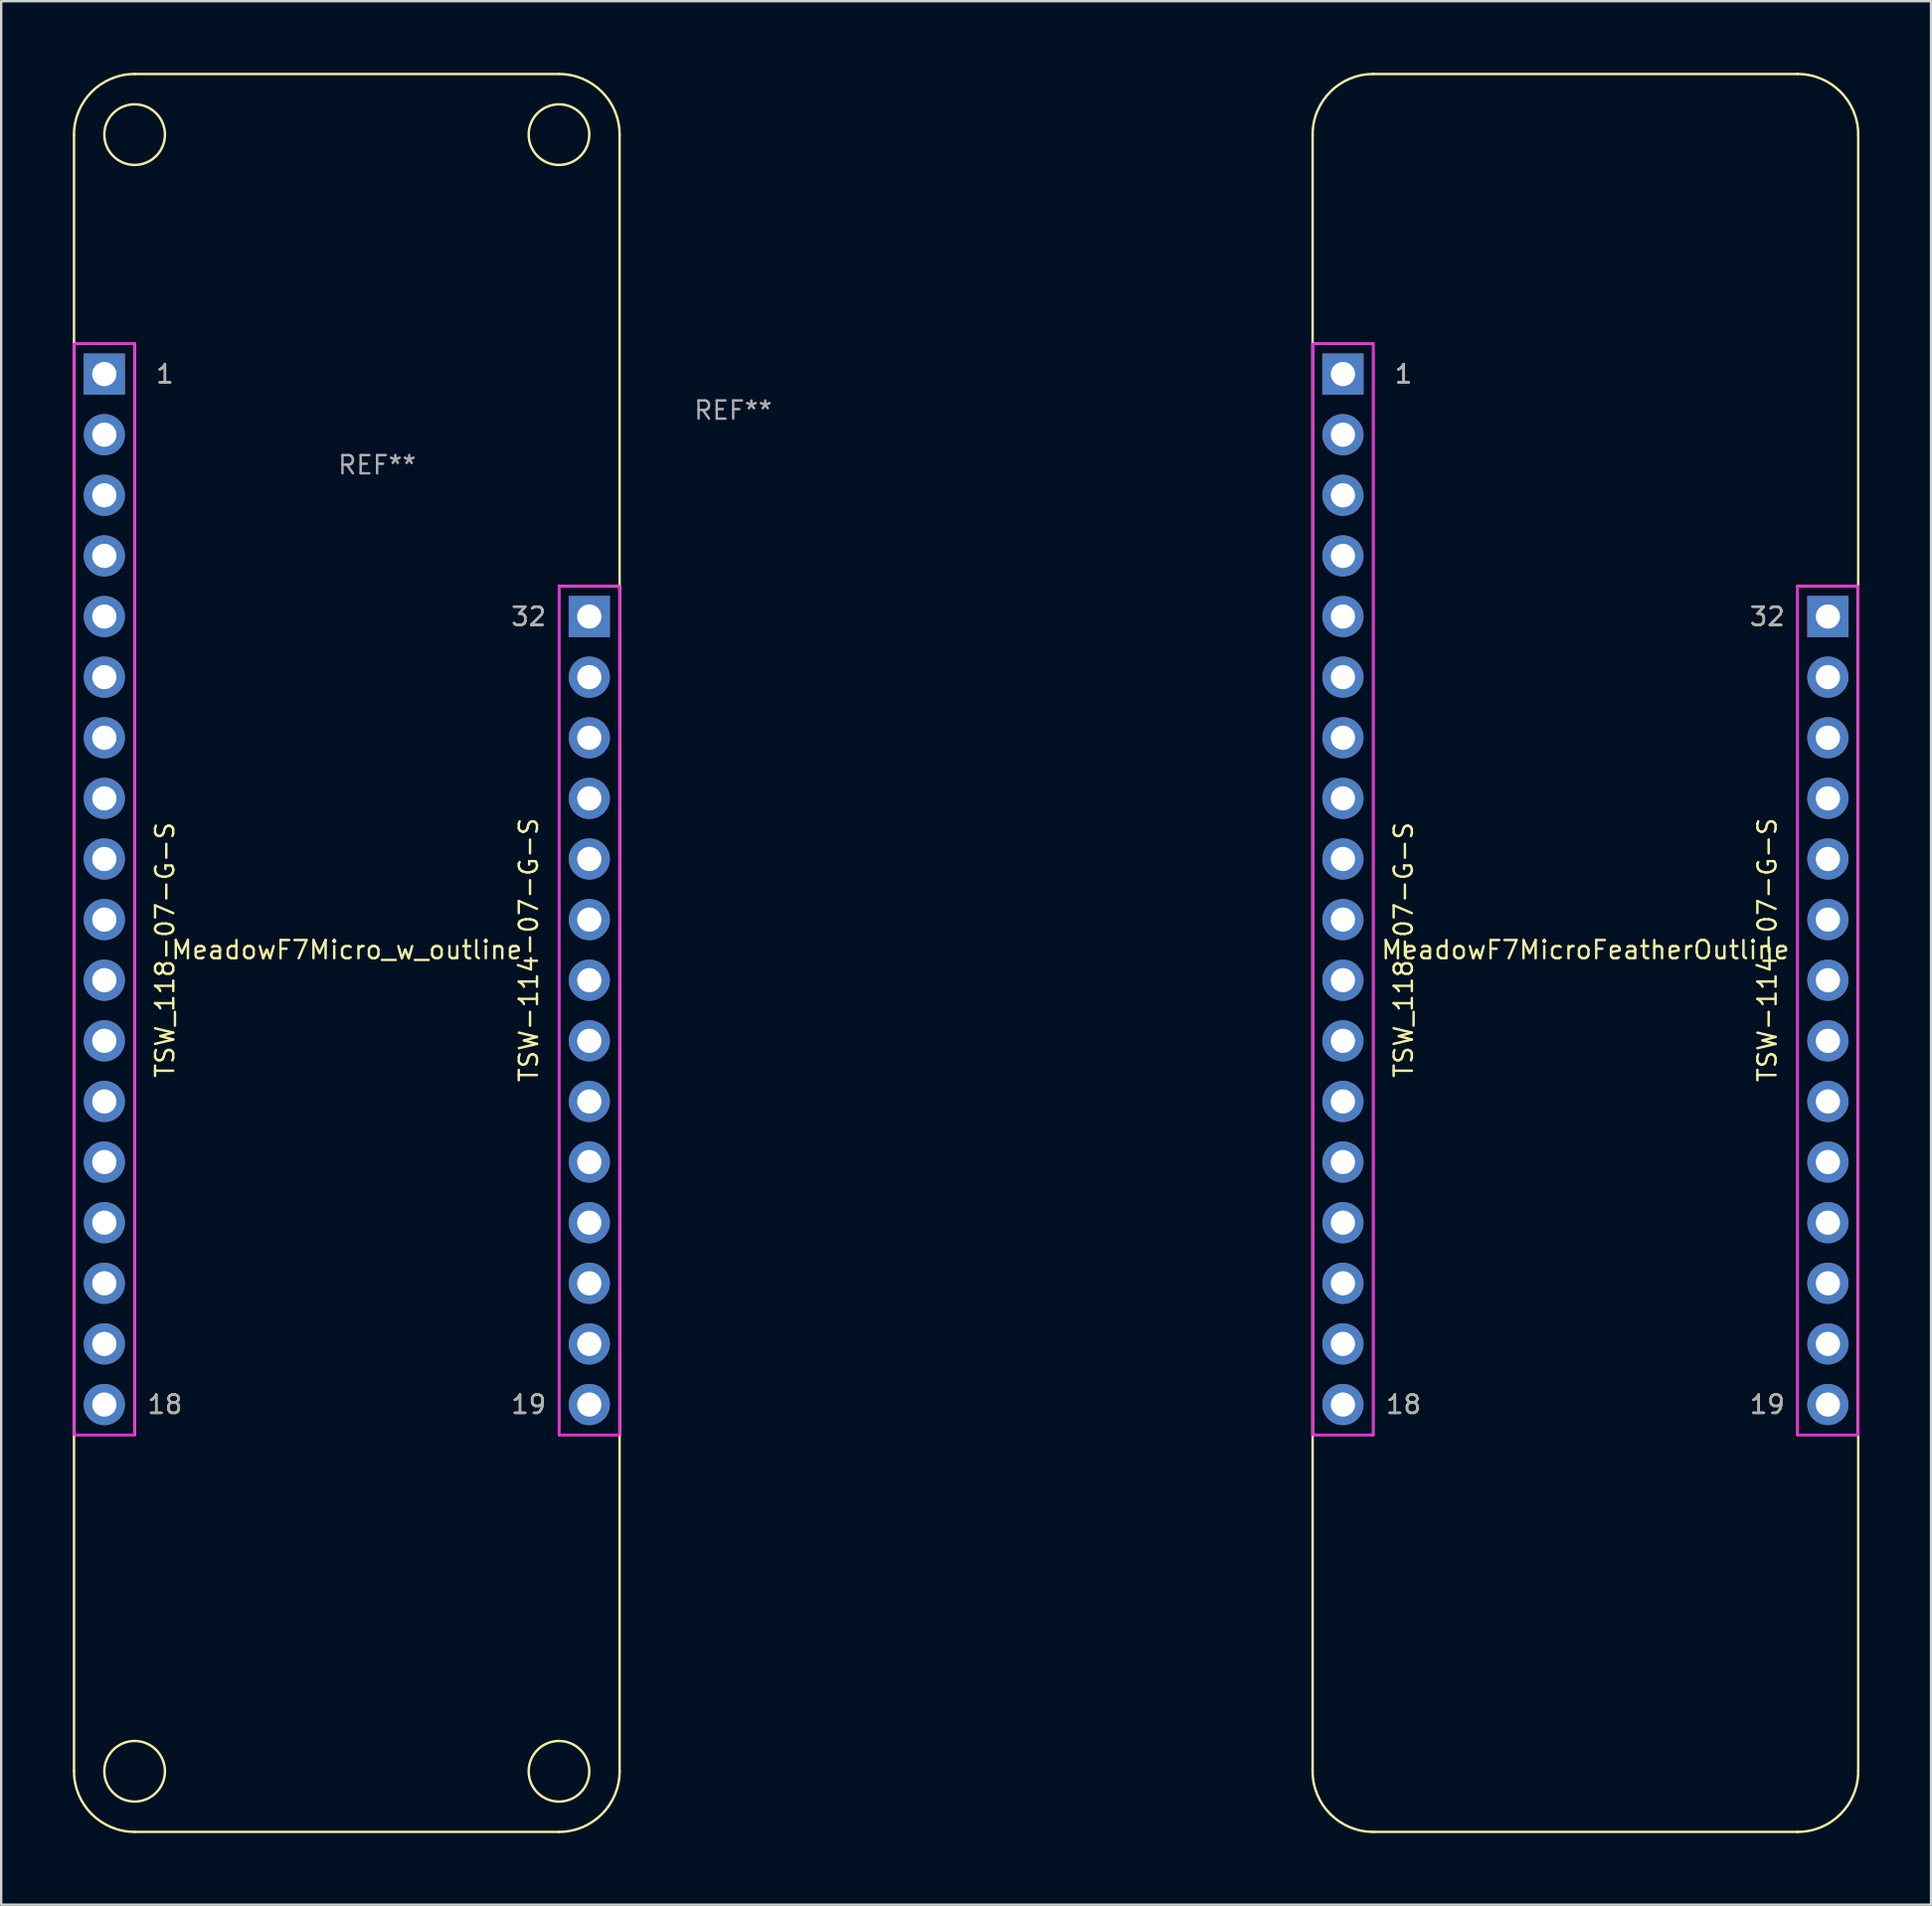
<source format=kicad_pcb>
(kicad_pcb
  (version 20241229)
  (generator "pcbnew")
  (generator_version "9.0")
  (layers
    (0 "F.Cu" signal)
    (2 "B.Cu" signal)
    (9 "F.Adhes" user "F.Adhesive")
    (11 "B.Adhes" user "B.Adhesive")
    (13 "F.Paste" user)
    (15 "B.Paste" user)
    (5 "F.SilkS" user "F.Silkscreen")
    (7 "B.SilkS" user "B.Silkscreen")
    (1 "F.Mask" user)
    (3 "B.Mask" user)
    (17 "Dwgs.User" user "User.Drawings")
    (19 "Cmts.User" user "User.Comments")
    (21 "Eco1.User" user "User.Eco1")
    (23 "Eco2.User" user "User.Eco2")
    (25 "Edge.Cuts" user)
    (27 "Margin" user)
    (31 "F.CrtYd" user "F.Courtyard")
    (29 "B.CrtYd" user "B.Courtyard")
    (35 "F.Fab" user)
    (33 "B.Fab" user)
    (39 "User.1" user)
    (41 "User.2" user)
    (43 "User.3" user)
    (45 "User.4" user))
  (footprint "MeadowF7Micro_w_outline"
    (layer "F.Cu")
    (at 1.321 12.624)
    (property "Reference" "MeadowF7Micro_w_outline" (at 10.16 24.13 0) (layer "F.SilkS") (effects (font (size 0.762 0.762) (thickness 0.102))))
    (attr through_hole)
    (fp_line (start -1.27 -10.033) (end -1.27 58.547) (stroke (width 0.102) (type solid)) (layer "F.SilkS"))
    (fp_line (start -1.27 -1.27) (end -1.27 44.45) (stroke (width 0.102) (type solid)) (layer "F.SilkS"))
    (fp_line (start -1.27 44.45) (end 1.27 44.45) (stroke (width 0.102) (type solid)) (layer "F.SilkS"))
    (fp_line (start 1.27 -1.27) (end -1.27 -1.27) (stroke (width 0.102) (type solid)) (layer "F.SilkS"))
    (fp_line (start 1.27 44.45) (end 1.27 -1.27) (stroke (width 0.102) (type solid)) (layer "F.SilkS"))
    (fp_line (start 1.27 61.087) (end 19.05 61.087) (stroke (width 0.102) (type solid)) (layer "F.SilkS"))
    (fp_line (start 19.05 -12.573) (end 1.27 -12.573) (stroke (width 0.102) (type solid)) (layer "F.SilkS"))
    (fp_line (start 19.05 8.89) (end 19.05 44.45) (stroke (width 0.102) (type solid)) (layer "F.SilkS"))
    (fp_line (start 19.05 44.45) (end 21.59 44.45) (stroke (width 0.102) (type solid)) (layer "F.SilkS"))
    (fp_line (start 21.59 8.89) (end 19.05 8.89) (stroke (width 0.102) (type solid)) (layer "F.SilkS"))
    (fp_line (start 21.59 44.45) (end 21.59 8.89) (stroke (width 0.102) (type solid)) (layer "F.SilkS"))
    (fp_line (start 21.59 58.547) (end 21.59 -10.033) (stroke (width 0.102) (type solid)) (layer "F.SilkS"))
    (fp_arc (start -1.27 -10.033) (mid -0.526051 -11.829051) (end 1.27 -12.573) (stroke (width 0.1016) (type solid)) (layer "F.SilkS"))
    (fp_arc (start 1.27 61.087) (mid -0.526051 60.343051) (end -1.27 58.547) (stroke (width 0.1016) (type solid)) (layer "F.SilkS"))
    (fp_arc (start 19.05 -12.573) (mid 20.846051 -11.829051) (end 21.59 -10.033) (stroke (width 0.1016) (type solid)) (layer "F.SilkS"))
    (fp_arc (start 21.59 58.547) (mid 20.846051 60.343051) (end 19.05 61.087) (stroke (width 0.1016) (type solid)) (layer "F.SilkS"))
    (fp_circle (center 1.27 -10.033) (end 2.54 -10.033) (stroke (width 0.102) (type solid)) (fill no) (layer "F.SilkS"))
    (fp_circle (center 1.27 58.547) (end 2.54 58.547) (stroke (width 0.102) (type solid)) (fill no) (layer "F.SilkS"))
    (fp_circle (center 19.05 -10.033) (end 20.32 -10.033) (stroke (width 0.102) (type solid)) (fill no) (layer "F.SilkS"))
    (fp_circle (center 19.05 58.547) (end 20.32 58.547) (stroke (width 0.102) (type solid)) (fill no) (layer "F.SilkS"))
    (fp_poly (pts (xy 1.27 44.45) (xy -1.27 44.45) (xy -1.27 -1.27) (xy 1.27 -1.27)) (stroke (width 0.1) (type solid)) (fill no) (layer "F.CrtYd"))
    (fp_poly (pts (xy 21.59 44.45) (xy 19.05 44.45) (xy 19.05 8.89) (xy 21.59 8.89)) (stroke (width 0.1) (type solid)) (fill no) (layer "F.CrtYd"))
    (fp_text user "32" (at 17.78 10.16 0) (layer "F.SilkS") (effects (font (size 0.762 0.762) (thickness 0.102))))
    (fp_text user "1" (at 2.54 0 0) (layer "F.SilkS") (effects (font (size 0.762 0.762) (thickness 0.102))))
    (fp_text user "19" (at 17.78 43.18 0) (layer "F.SilkS") (effects (font (size 0.762 0.762) (thickness 0.102))))
    (fp_text user "TSW_118-07-G-S" (at 2.54 24.13 90) (layer "F.SilkS") (effects (font (size 0.762 0.762) (thickness 0.102))))
    (fp_text user "18" (at 2.54 43.18 0) (layer "F.SilkS") (effects (font (size 0.762 0.762) (thickness 0.102))))
    (fp_text user "TSW-114-07-G-S" (at 17.78 24.13 90) (layer "F.SilkS") (effects (font (size 0.762 0.762) (thickness 0.102))))
    (fp_text user "1" (at 2.54 0 0) (layer "F.Fab") (effects (font (size 0.762 0.762) (thickness 0.102))))
    (fp_text user "32" (at 17.78 10.16 0) (layer "F.Fab") (effects (font (size 0.762 0.762) (thickness 0.102))))
    (fp_text user "18" (at 2.54 43.18 0) (layer "F.Fab") (effects (font (size 0.762 0.762) (thickness 0.102))))
    (fp_text user "19" (at 17.78 43.18 0) (layer "F.Fab") (effects (font (size 0.762 0.762) (thickness 0.102))))
    (fp_text user "REF**" (at 11.43 3.81 0) (layer "F.Fab") (effects (font (size 0.762 0.762) (thickness 0.102))))
    (pad "1" thru_hole rect (at 0 0) (size 1.727 1.727) (drill 1.016) (layers "*.Cu" "*.Mask"))
    (pad "2" thru_hole circle (at 0 2.54) (size 1.727 1.727) (drill 1.016) (layers "*.Cu" "*.Mask"))
    (pad "3" thru_hole circle (at 0 5.08) (size 1.727 1.727) (drill 1.016) (layers "*.Cu" "*.Mask"))
    (pad "4" thru_hole circle (at 0 7.62) (size 1.727 1.727) (drill 1.016) (layers "*.Cu" "*.Mask"))
    (pad "5" thru_hole circle (at 0 10.16) (size 1.727 1.727) (drill 1.016) (layers "*.Cu" "*.Mask"))
    (pad "6" thru_hole circle (at 0 12.7) (size 1.727 1.727) (drill 1.016) (layers "*.Cu" "*.Mask"))
    (pad "7" thru_hole circle (at 0 15.24 90) (size 1.727 1.727) (drill 1.016) (layers "*.Cu" "*.Mask"))
    (pad "8" thru_hole circle (at 0 17.78 90) (size 1.727 1.727) (drill 1.016) (layers "*.Cu" "*.Mask"))
    (pad "9" thru_hole circle (at 0 20.32) (size 1.727 1.727) (drill 1.016) (layers "*.Cu" "*.Mask"))
    (pad "10" thru_hole circle (at 0 22.86) (size 1.727 1.727) (drill 1.016) (layers "*.Cu" "*.Mask"))
    (pad "11" thru_hole circle (at 0 25.4) (size 1.727 1.727) (drill 1.016) (layers "*.Cu" "*.Mask"))
    (pad "12" thru_hole circle (at 0 27.94) (size 1.727 1.727) (drill 1.016) (layers "*.Cu" "*.Mask"))
    (pad "13" thru_hole circle (at 0 30.48) (size 1.727 1.727) (drill 1.016) (layers "*.Cu" "*.Mask"))
    (pad "14" thru_hole circle (at 0 33.02) (size 1.727 1.727) (drill 1.016) (layers "*.Cu" "*.Mask"))
    (pad "15" thru_hole circle (at 0 35.56) (size 1.727 1.727) (drill 1.016) (layers "*.Cu" "*.Mask"))
    (pad "16" thru_hole circle (at 0 38.1) (size 1.727 1.727) (drill 1.016) (layers "*.Cu" "*.Mask"))
    (pad "17" thru_hole circle (at 0 40.64) (size 1.727 1.727) (drill 1.016) (layers "*.Cu" "*.Mask"))
    (pad "18" thru_hole circle (at 0 43.18) (size 1.727 1.727) (drill 1.016) (layers "*.Cu" "*.Mask"))
    (pad "19" thru_hole circle (at 20.32 43.18) (size 1.727 1.727) (drill 1.016) (layers "*.Cu" "*.Mask"))
    (pad "20" thru_hole circle (at 20.32 40.64) (size 1.727 1.727) (drill 1.016) (layers "*.Cu" "*.Mask"))
    (pad "21" thru_hole circle (at 20.32 38.1) (size 1.727 1.727) (drill 1.016) (layers "*.Cu" "*.Mask"))
    (pad "22" thru_hole circle (at 20.32 35.56) (size 1.727 1.727) (drill 1.016) (layers "*.Cu" "*.Mask"))
    (pad "23" thru_hole circle (at 20.32 33.02) (size 1.727 1.727) (drill 1.016) (layers "*.Cu" "*.Mask"))
    (pad "24" thru_hole circle (at 20.32 30.48) (size 1.727 1.727) (drill 1.016) (layers "*.Cu" "*.Mask"))
    (pad "25" thru_hole circle (at 20.32 27.94 90) (size 1.727 1.727) (drill 1.016) (layers "*.Cu" "*.Mask"))
    (pad "26" thru_hole circle (at 20.32 25.4 90) (size 1.727 1.727) (drill 1.016) (layers "*.Cu" "*.Mask"))
    (pad "27" thru_hole circle (at 20.32 22.86) (size 1.727 1.727) (drill 1.016) (layers "*.Cu" "*.Mask"))
    (pad "28" thru_hole circle (at 20.32 20.32) (size 1.727 1.727) (drill 1.016) (layers "*.Cu" "*.Mask"))
    (pad "29" thru_hole circle (at 20.32 17.78) (size 1.727 1.727) (drill 1.016) (layers "*.Cu" "*.Mask"))
    (pad "30" thru_hole circle (at 20.32 15.24) (size 1.727 1.727) (drill 1.016) (layers "*.Cu" "*.Mask"))
    (pad "31" thru_hole circle (at 20.32 12.7) (size 1.727 1.727) (drill 1.016) (layers "*.Cu" "*.Mask"))
    (pad "32" thru_hole rect (at 20.32 10.16) (size 1.727 1.727) (drill 1.016) (layers "*.Cu" "*.Mask")))
  (footprint "MeadowF7MicroFeatherOutline"
    (layer "F.Cu")
    (at 53.218 12.624)
    (property "Reference" "MeadowF7MicroFeatherOutline" (at 10.16 24.13 0) (layer "F.SilkS") (effects (font (size 0.762 0.762) (thickness 0.102))))
    (attr through_hole)
    (fp_line (start -1.27 -10.033) (end -1.27 58.547) (stroke (width 0.102) (type solid)) (layer "F.SilkS"))
    (fp_line (start -1.27 -1.27) (end -1.27 44.45) (stroke (width 0.102) (type solid)) (layer "F.SilkS"))
    (fp_line (start -1.27 44.45) (end 1.27 44.45) (stroke (width 0.102) (type solid)) (layer "F.SilkS"))
    (fp_line (start 1.27 -1.27) (end -1.27 -1.27) (stroke (width 0.102) (type solid)) (layer "F.SilkS"))
    (fp_line (start 1.27 44.45) (end 1.27 -1.27) (stroke (width 0.102) (type solid)) (layer "F.SilkS"))
    (fp_line (start 1.27 61.087) (end 19.05 61.087) (stroke (width 0.102) (type solid)) (layer "F.SilkS"))
    (fp_line (start 19.05 -12.573) (end 1.27 -12.573) (stroke (width 0.102) (type solid)) (layer "F.SilkS"))
    (fp_line (start 19.05 8.89) (end 19.05 44.45) (stroke (width 0.102) (type solid)) (layer "F.SilkS"))
    (fp_line (start 19.05 44.45) (end 21.59 44.45) (stroke (width 0.102) (type solid)) (layer "F.SilkS"))
    (fp_line (start 21.59 8.89) (end 19.05 8.89) (stroke (width 0.102) (type solid)) (layer "F.SilkS"))
    (fp_line (start 21.59 44.45) (end 21.59 8.89) (stroke (width 0.102) (type solid)) (layer "F.SilkS"))
    (fp_line (start 21.59 58.547) (end 21.59 -10.033) (stroke (width 0.102) (type solid)) (layer "F.SilkS"))
    (fp_arc (start -1.27 -10.033) (mid -0.526051 -11.829051) (end 1.27 -12.573) (stroke (width 0.1016) (type solid)) (layer "F.SilkS"))
    (fp_arc (start 1.27 61.087) (mid -0.526051 60.343051) (end -1.27 58.547) (stroke (width 0.1016) (type solid)) (layer "F.SilkS"))
    (fp_arc (start 19.05 -12.573) (mid 20.846051 -11.829051) (end 21.59 -10.033) (stroke (width 0.1016) (type solid)) (layer "F.SilkS"))
    (fp_arc (start 21.59 58.547) (mid 20.846051 60.343051) (end 19.05 61.087) (stroke (width 0.1016) (type solid)) (layer "F.SilkS"))
    (fp_poly (pts (xy 1.27 44.45) (xy -1.27 44.45) (xy -1.27 -1.27) (xy 1.27 -1.27)) (stroke (width 0.1) (type solid)) (fill no) (layer "F.CrtYd"))
    (fp_poly (pts (xy 21.59 44.45) (xy 19.05 44.45) (xy 19.05 8.89) (xy 21.59 8.89)) (stroke (width 0.1) (type solid)) (fill no) (layer "F.CrtYd"))
    (fp_text user "1" (at 2.54 0 0) (layer "F.SilkS") (effects (font (size 0.762 0.762) (thickness 0.102))))
    (fp_text user "19" (at 17.78 43.18 0) (layer "F.SilkS") (effects (font (size 0.762 0.762) (thickness 0.102))))
    (fp_text user "TSW-114-07-G-S" (at 17.78 24.13 90) (layer "F.SilkS") (effects (font (size 0.762 0.762) (thickness 0.102))))
    (fp_text user "32" (at 17.78 10.16 0) (layer "F.SilkS") (effects (font (size 0.762 0.762) (thickness 0.102))))
    (fp_text user "TSW_118-07-G-S" (at 2.54 24.13 90) (layer "F.SilkS") (effects (font (size 0.762 0.762) (thickness 0.102))))
    (fp_text user "18" (at 2.54 43.18 0) (layer "F.SilkS") (effects (font (size 0.762 0.762) (thickness 0.102))))
    (fp_text user "19" (at 17.78 43.18 0) (layer "F.Fab") (effects (font (size 0.762 0.762) (thickness 0.102))))
    (fp_text user "REF**" (at -25.547 1.52 0) (layer "F.Fab") (effects (font (size 0.762 0.762) (thickness 0.102))))
    (fp_text user "1" (at 2.54 0 0) (layer "F.Fab") (effects (font (size 0.762 0.762) (thickness 0.102))))
    (fp_text user "18" (at 2.54 43.18 0) (layer "F.Fab") (effects (font (size 0.762 0.762) (thickness 0.102))))
    (fp_text user "32" (at 17.78 10.16 0) (layer "F.Fab") (effects (font (size 0.762 0.762) (thickness 0.102))))
    (pad "1" thru_hole rect (at 0 0) (size 1.727 1.727) (drill 1.016) (layers "*.Cu" "*.Mask"))
    (pad "2" thru_hole circle (at 0 2.54) (size 1.727 1.727) (drill 1.016) (layers "*.Cu" "*.Mask"))
    (pad "3" thru_hole circle (at 0 5.08) (size 1.727 1.727) (drill 1.016) (layers "*.Cu" "*.Mask"))
    (pad "4" thru_hole circle (at 0 7.62) (size 1.727 1.727) (drill 1.016) (layers "*.Cu" "*.Mask"))
    (pad "5" thru_hole circle (at 0 10.16) (size 1.727 1.727) (drill 1.016) (layers "*.Cu" "*.Mask"))
    (pad "6" thru_hole circle (at 0 12.7) (size 1.727 1.727) (drill 1.016) (layers "*.Cu" "*.Mask"))
    (pad "7" thru_hole circle (at 0 15.24 90) (size 1.727 1.727) (drill 1.016) (layers "*.Cu" "*.Mask"))
    (pad "8" thru_hole circle (at 0 17.78 90) (size 1.727 1.727) (drill 1.016) (layers "*.Cu" "*.Mask"))
    (pad "9" thru_hole circle (at 0 20.32) (size 1.727 1.727) (drill 1.016) (layers "*.Cu" "*.Mask"))
    (pad "10" thru_hole circle (at 0 22.86) (size 1.727 1.727) (drill 1.016) (layers "*.Cu" "*.Mask"))
    (pad "11" thru_hole circle (at 0 25.4) (size 1.727 1.727) (drill 1.016) (layers "*.Cu" "*.Mask"))
    (pad "12" thru_hole circle (at 0 27.94) (size 1.727 1.727) (drill 1.016) (layers "*.Cu" "*.Mask"))
    (pad "13" thru_hole circle (at 0 30.48) (size 1.727 1.727) (drill 1.016) (layers "*.Cu" "*.Mask"))
    (pad "14" thru_hole circle (at 0 33.02) (size 1.727 1.727) (drill 1.016) (layers "*.Cu" "*.Mask"))
    (pad "15" thru_hole circle (at 0 35.56) (size 1.727 1.727) (drill 1.016) (layers "*.Cu" "*.Mask"))
    (pad "16" thru_hole circle (at 0 38.1) (size 1.727 1.727) (drill 1.016) (layers "*.Cu" "*.Mask"))
    (pad "17" thru_hole circle (at 0 40.64) (size 1.727 1.727) (drill 1.016) (layers "*.Cu" "*.Mask"))
    (pad "18" thru_hole circle (at 0 43.18) (size 1.727 1.727) (drill 1.016) (layers "*.Cu" "*.Mask"))
    (pad "19" thru_hole circle (at 20.32 43.18) (size 1.727 1.727) (drill 1.016) (layers "*.Cu" "*.Mask"))
    (pad "20" thru_hole circle (at 20.32 40.64) (size 1.727 1.727) (drill 1.016) (layers "*.Cu" "*.Mask"))
    (pad "21" thru_hole circle (at 20.32 38.1) (size 1.727 1.727) (drill 1.016) (layers "*.Cu" "*.Mask"))
    (pad "22" thru_hole circle (at 20.32 35.56) (size 1.727 1.727) (drill 1.016) (layers "*.Cu" "*.Mask"))
    (pad "23" thru_hole circle (at 20.32 33.02) (size 1.727 1.727) (drill 1.016) (layers "*.Cu" "*.Mask"))
    (pad "24" thru_hole circle (at 20.32 30.48) (size 1.727 1.727) (drill 1.016) (layers "*.Cu" "*.Mask"))
    (pad "25" thru_hole circle (at 20.32 27.94 90) (size 1.727 1.727) (drill 1.016) (layers "*.Cu" "*.Mask"))
    (pad "26" thru_hole circle (at 20.32 25.4 90) (size 1.727 1.727) (drill 1.016) (layers "*.Cu" "*.Mask"))
    (pad "27" thru_hole circle (at 20.32 22.86) (size 1.727 1.727) (drill 1.016) (layers "*.Cu" "*.Mask"))
    (pad "28" thru_hole circle (at 20.32 20.32) (size 1.727 1.727) (drill 1.016) (layers "*.Cu" "*.Mask"))
    (pad "29" thru_hole circle (at 20.32 17.78) (size 1.727 1.727) (drill 1.016) (layers "*.Cu" "*.Mask"))
    (pad "30" thru_hole circle (at 20.32 15.24) (size 1.727 1.727) (drill 1.016) (layers "*.Cu" "*.Mask"))
    (pad "31" thru_hole circle (at 20.32 12.7) (size 1.727 1.727) (drill 1.016) (layers "*.Cu" "*.Mask"))
    (pad "32" thru_hole rect (at 20.32 10.16) (size 1.727 1.727) (drill 1.016) (layers "*.Cu" "*.Mask")))
  (gr_rect
    (start -3 -3)
    (end 77.859 76.762)
    (stroke (width 0.1) (type default))
    (fill no)
    (layer "Edge.Cuts")))
</source>
